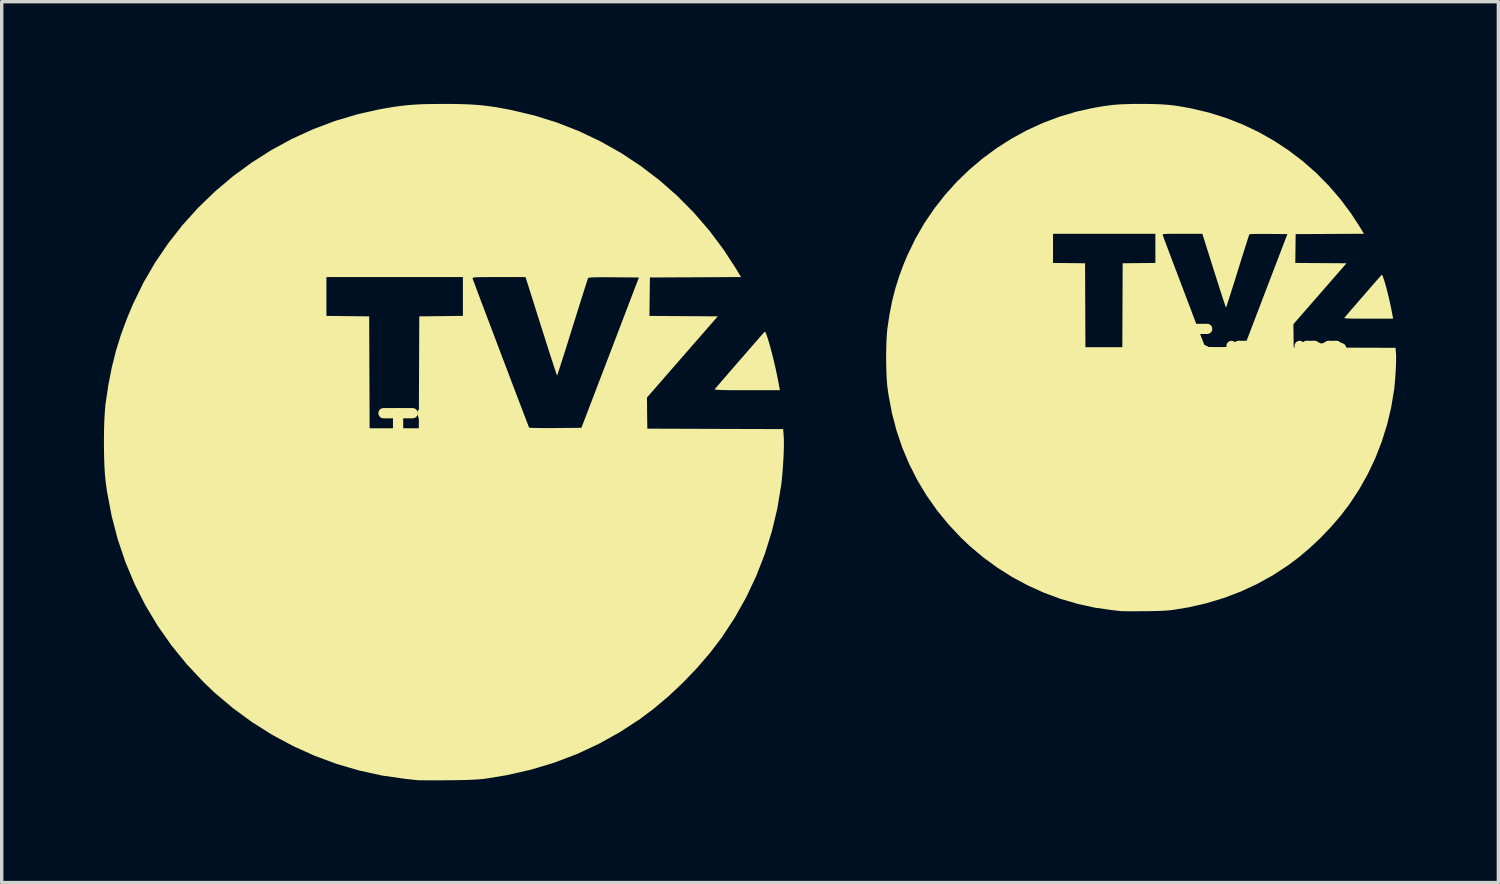
<source format=kicad_pcb>
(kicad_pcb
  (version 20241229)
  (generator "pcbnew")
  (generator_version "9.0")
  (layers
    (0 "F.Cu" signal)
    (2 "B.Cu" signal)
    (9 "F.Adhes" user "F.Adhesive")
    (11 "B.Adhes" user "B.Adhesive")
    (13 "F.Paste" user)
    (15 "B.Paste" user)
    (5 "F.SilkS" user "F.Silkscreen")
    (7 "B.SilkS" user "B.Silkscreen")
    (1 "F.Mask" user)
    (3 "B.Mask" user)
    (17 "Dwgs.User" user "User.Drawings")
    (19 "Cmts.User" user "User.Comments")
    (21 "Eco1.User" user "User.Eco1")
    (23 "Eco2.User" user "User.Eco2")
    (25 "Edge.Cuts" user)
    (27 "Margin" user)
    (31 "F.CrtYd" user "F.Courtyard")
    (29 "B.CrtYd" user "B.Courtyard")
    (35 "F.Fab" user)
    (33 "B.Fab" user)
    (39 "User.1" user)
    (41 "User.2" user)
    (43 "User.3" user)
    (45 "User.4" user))
  (footprint "TVZ"
    (layer "F.Cu")
    (at 9.989 9.897)
    (property "Reference" "TVZ" (at 0 0 0) (layer "F.SilkS") (effects (font (size 1.5 1.5) (thickness 0.3))))
    (attr board_only exclude_from_pos_files exclude_from_bom)
    (fp_poly (pts (xy 9.428 -3.19) (xy 9.443 -3.154) (xy 9.493 -3.011) (xy 9.547 -2.828) (xy 9.605 -2.614) (xy 9.664 -2.379) (xy 9.721 -2.133) (xy 9.774 -1.886) (xy 9.82 -1.646) (xy 9.832 -1.578) (xy 9.847 -1.496) (xy 8.883 -1.496) (xy 8.628 -1.496) (xy 8.42 -1.497) (xy 8.255 -1.499) (xy 8.129 -1.502) (xy 8.038 -1.506) (xy 7.979 -1.511) (xy 7.946 -1.517) (xy 7.937 -1.525) (xy 7.938 -1.527) (xy 7.957 -1.551) (xy 8.006 -1.607) (xy 8.079 -1.693) (xy 8.173 -1.802) (xy 8.283 -1.93) (xy 8.406 -2.072) (xy 8.537 -2.223) (xy 8.671 -2.378) (xy 8.806 -2.533) (xy 8.936 -2.683) (xy 9.058 -2.823) (xy 9.167 -2.947) (xy 9.258 -3.052) (xy 9.329 -3.133) (xy 9.374 -3.183) (xy 9.382 -3.192) (xy 9.408 -3.21)) (stroke (width 0) (type solid)) (fill yes) (layer "F.SilkS"))
    (fp_poly (pts (xy 0.296 -9.896) (xy 0.564 -9.89) (xy 0.804 -9.88) (xy 1.025 -9.864) (xy 1.238 -9.841) (xy 1.454 -9.811) (xy 1.684 -9.772) (xy 1.939 -9.724) (xy 1.952 -9.721) (xy 2.635 -9.56) (xy 3.302 -9.352) (xy 3.95 -9.099) (xy 4.577 -8.801) (xy 5.181 -8.461) (xy 5.76 -8.079) (xy 6.312 -7.658) (xy 6.835 -7.199) (xy 7.325 -6.704) (xy 7.782 -6.174) (xy 8.203 -5.61) (xy 8.526 -5.114) (xy 8.707 -4.817) (xy 7.37 -4.81) (xy 6.033 -4.804) (xy 6.026 -4.24) (xy 6.019 -3.676) (xy 7.022 -3.67) (xy 8.024 -3.663) (xy 6.985 -2.472) (xy 5.946 -1.28) (xy 5.951 -0.824) (xy 5.957 -0.368) (xy 7.95 -0.361) (xy 9.943 -0.355) (xy 9.96 -0.133) (xy 9.965 -0.01) (xy 9.964 0.152) (xy 9.959 0.343) (xy 9.949 0.552) (xy 9.935 0.769) (xy 9.918 0.982) (xy 9.898 1.181) (xy 9.885 1.292) (xy 9.772 1.975) (xy 9.611 2.65) (xy 9.404 3.312) (xy 9.152 3.959) (xy 8.856 4.585) (xy 8.519 5.186) (xy 8.142 5.758) (xy 8.136 5.767) (xy 7.796 6.213) (xy 7.417 6.654) (xy 7.008 7.081) (xy 6.58 7.484) (xy 6.14 7.854) (xy 5.742 8.153) (xy 5.146 8.541) (xy 4.528 8.884) (xy 3.888 9.182) (xy 3.225 9.434) (xy 2.54 9.64) (xy 1.832 9.801) (xy 1.229 9.9) (xy 1.103 9.915) (xy 0.958 9.927) (xy 0.787 9.936) (xy 0.583 9.943) (xy 0.341 9.948) (xy 0.101 9.95) (xy -0.101 9.952) (xy -0.29 9.952) (xy -0.46 9.952) (xy -0.603 9.951) (xy -0.712 9.95) (xy -0.781 9.948) (xy -0.799 9.947) (xy -0.862 9.94) (xy -0.96 9.929) (xy -1.076 9.917) (xy -1.141 9.91) (xy -1.824 9.812) (xy -2.499 9.664) (xy -3.163 9.47) (xy -3.812 9.229) (xy -4.444 8.943) (xy -5.055 8.615) (xy -5.643 8.244) (xy -6.204 7.833) (xy -6.736 7.384) (xy -7.062 7.074) (xy -7.555 6.549) (xy -8.004 5.997) (xy -8.409 5.421) (xy -8.77 4.82) (xy -9.087 4.195) (xy -9.358 3.548) (xy -9.584 2.88) (xy -9.764 2.19) (xy -9.898 1.481) (xy -9.941 1.166) (xy -9.96 0.977) (xy -9.974 0.75) (xy -9.983 0.494) (xy -9.988 0.221) (xy -9.989 -0.059) (xy -9.986 -0.335) (xy -9.978 -0.597) (xy -9.965 -0.834) (xy -9.949 -1.035) (xy -9.941 -1.103) (xy -9.859 -1.652) (xy -9.758 -2.166) (xy -9.635 -2.657) (xy -9.486 -3.136) (xy -9.307 -3.617) (xy -9.136 -4.024) (xy -9.027 -4.246) (xy -3.46 -4.246) (xy -3.46 -3.677) (xy -2.833 -3.67) (xy -2.205 -3.663) (xy -2.199 -2.022) (xy -2.192 -0.38) (xy -1.47 -0.38) (xy -0.748 -0.38) (xy -0.742 -2.022) (xy -0.735 -3.663) (xy -0.095 -3.67) (xy 0.545 -3.677) (xy 0.545 -4.246) (xy 0.545 -4.784) (xy 0.829 -4.784) (xy 0.83 -4.772) (xy 0.841 -4.742) (xy 0.868 -4.668) (xy 0.91 -4.556) (xy 0.965 -4.409) (xy 1.032 -4.231) (xy 1.109 -4.026) (xy 1.195 -3.799) (xy 1.288 -3.553) (xy 1.387 -3.293) (xy 1.489 -3.022) (xy 1.594 -2.745) (xy 1.7 -2.465) (xy 1.806 -2.187) (xy 1.909 -1.916) (xy 2.008 -1.653) (xy 2.103 -1.405) (xy 2.19 -1.175) (xy 2.27 -0.967) (xy 2.339 -0.785) (xy 2.397 -0.634) (xy 2.442 -0.516) (xy 2.473 -0.437) (xy 2.487 -0.401) (xy 2.488 -0.399) (xy 2.516 -0.394) (xy 2.588 -0.39) (xy 2.697 -0.388) (xy 2.839 -0.386) (xy 3.006 -0.385) (xy 3.192 -0.386) (xy 3.262 -0.386) (xy 4.023 -0.393) (xy 4.867 -2.598) (xy 5.71 -4.804) (xy 4.974 -4.81) (xy 4.723 -4.812) (xy 4.524 -4.811) (xy 4.375 -4.808) (xy 4.275 -4.802) (xy 4.226 -4.794) (xy 4.22 -4.791) (xy 4.21 -4.762) (xy 4.186 -4.69) (xy 4.15 -4.577) (xy 4.103 -4.43) (xy 4.046 -4.251) (xy 3.981 -4.046) (xy 3.91 -3.818) (xy 3.833 -3.572) (xy 3.762 -3.346) (xy 3.682 -3.089) (xy 3.606 -2.846) (xy 3.536 -2.624) (xy 3.472 -2.424) (xy 3.417 -2.253) (xy 3.372 -2.113) (xy 3.338 -2.009) (xy 3.316 -1.946) (xy 3.308 -1.927) (xy 3.298 -1.951) (xy 3.275 -2.018) (xy 3.239 -2.126) (xy 3.192 -2.27) (xy 3.135 -2.445) (xy 3.07 -2.647) (xy 2.997 -2.873) (xy 2.92 -3.118) (xy 2.839 -3.372) (xy 2.383 -4.816) (xy 1.6 -4.816) (xy 1.381 -4.816) (xy 1.206 -4.815) (xy 1.072 -4.814) (xy 0.974 -4.812) (xy 0.905 -4.808) (xy 0.862 -4.802) (xy 0.838 -4.794) (xy 0.829 -4.784) (xy 0.545 -4.784) (xy 0.545 -4.816) (xy -1.458 -4.816) (xy -3.46 -4.816) (xy -3.46 -4.246) (xy -9.027 -4.246) (xy -8.834 -4.644) (xy -8.489 -5.239) (xy -8.103 -5.806) (xy -7.68 -6.346) (xy -7.221 -6.854) (xy -6.728 -7.33) (xy -6.205 -7.772) (xy -5.652 -8.177) (xy -5.074 -8.544) (xy -4.471 -8.872) (xy -3.847 -9.157) (xy -3.204 -9.399) (xy -2.544 -9.595) (xy -1.983 -9.722) (xy -1.723 -9.771) (xy -1.491 -9.81) (xy -1.274 -9.84) (xy -1.063 -9.863) (xy -0.846 -9.879) (xy -0.613 -9.89) (xy -0.352 -9.895) (xy -0.053 -9.897) (xy -0.013 -9.897)) (stroke (width 0) (type solid)) (fill yes) (layer "F.SilkS")))
  (footprint "TVZ-15mm"
    (layer "F.Cu")
    (at 30.446 7.423)
    (property "Reference" "TVZ-15mm" (at 0 0 0) (layer "F.SilkS") (effects (font (size 1.5 1.5) (thickness 0.3))))
    (attr board_only exclude_from_pos_files exclude_from_bom)
    (fp_poly (pts (xy 7.071 -2.393) (xy 7.083 -2.366) (xy 7.12 -2.258) (xy 7.161 -2.121) (xy 7.204 -1.961) (xy 7.248 -1.784) (xy 7.291 -1.6) (xy 7.33 -1.414) (xy 7.365 -1.235) (xy 7.374 -1.183) (xy 7.385 -1.122) (xy 6.662 -1.122) (xy 6.471 -1.122) (xy 6.315 -1.123) (xy 6.191 -1.124) (xy 6.097 -1.126) (xy 6.029 -1.129) (xy 5.984 -1.133) (xy 5.96 -1.138) (xy 5.953 -1.144) (xy 5.954 -1.145) (xy 5.968 -1.163) (xy 6.004 -1.206) (xy 6.059 -1.27) (xy 6.129 -1.351) (xy 6.212 -1.447) (xy 6.304 -1.554) (xy 6.402 -1.667) (xy 6.504 -1.784) (xy 6.605 -1.9) (xy 6.702 -2.012) (xy 6.793 -2.117) (xy 6.875 -2.211) (xy 6.944 -2.289) (xy 6.997 -2.349) (xy 7.031 -2.388) (xy 7.036 -2.394) (xy 7.056 -2.408)) (stroke (width 0) (type solid)) (fill yes) (layer "F.SilkS"))
    (fp_poly (pts (xy 0.222 -7.422) (xy 0.423 -7.418) (xy 0.603 -7.41) (xy 0.769 -7.398) (xy 0.928 -7.381) (xy 1.091 -7.358) (xy 1.263 -7.329) (xy 1.454 -7.293) (xy 1.464 -7.291) (xy 1.976 -7.17) (xy 2.476 -7.014) (xy 2.962 -6.824) (xy 3.433 -6.601) (xy 3.886 -6.345) (xy 4.32 -6.059) (xy 4.734 -5.744) (xy 5.126 -5.4) (xy 5.494 -5.028) (xy 5.837 -4.631) (xy 6.152 -4.208) (xy 6.394 -3.836) (xy 6.53 -3.613) (xy 5.528 -3.608) (xy 4.525 -3.603) (xy 4.52 -3.18) (xy 4.515 -2.757) (xy 5.266 -2.752) (xy 6.018 -2.747) (xy 5.239 -1.854) (xy 4.459 -0.96) (xy 4.464 -0.618) (xy 4.468 -0.276) (xy 5.963 -0.271) (xy 7.457 -0.266) (xy 7.47 -0.1) (xy 7.474 -0.008) (xy 7.473 0.114) (xy 7.469 0.257) (xy 7.461 0.414) (xy 7.451 0.576) (xy 7.438 0.736) (xy 7.424 0.886) (xy 7.414 0.969) (xy 7.329 1.481) (xy 7.209 1.987) (xy 7.053 2.484) (xy 6.864 2.969) (xy 6.642 3.439) (xy 6.389 3.89) (xy 6.107 4.319) (xy 6.102 4.326) (xy 5.847 4.66) (xy 5.562 4.991) (xy 5.256 5.311) (xy 4.935 5.613) (xy 4.605 5.891) (xy 4.306 6.115) (xy 3.86 6.406) (xy 3.396 6.663) (xy 2.916 6.886) (xy 2.419 7.075) (xy 1.905 7.23) (xy 1.374 7.351) (xy 0.922 7.425) (xy 0.827 7.436) (xy 0.718 7.445) (xy 0.59 7.452) (xy 0.437 7.457) (xy 0.256 7.461) (xy 0.076 7.463) (xy -0.076 7.464) (xy -0.217 7.464) (xy -0.345 7.464) (xy -0.452 7.464) (xy -0.534 7.463) (xy -0.586 7.461) (xy -0.599 7.46) (xy -0.647 7.455) (xy -0.72 7.447) (xy -0.807 7.437) (xy -0.856 7.432) (xy -1.368 7.359) (xy -1.874 7.248) (xy -2.372 7.102) (xy -2.859 6.922) (xy -3.333 6.707) (xy -3.791 6.461) (xy -4.232 6.183) (xy -4.653 5.875) (xy -5.052 5.538) (xy -5.297 5.305) (xy -5.666 4.911) (xy -6.003 4.498) (xy -6.307 4.066) (xy -6.577 3.615) (xy -6.815 3.147) (xy -7.019 2.661) (xy -7.188 2.16) (xy -7.323 1.643) (xy -7.423 1.111) (xy -7.456 0.875) (xy -7.47 0.733) (xy -7.48 0.562) (xy -7.487 0.371) (xy -7.491 0.166) (xy -7.492 -0.044) (xy -7.489 -0.251) (xy -7.483 -0.448) (xy -7.474 -0.625) (xy -7.461 -0.776) (xy -7.456 -0.827) (xy -7.394 -1.239) (xy -7.319 -1.625) (xy -7.226 -1.993) (xy -7.114 -2.352) (xy -6.981 -2.713) (xy -6.852 -3.018) (xy -6.77 -3.185) (xy -2.595 -3.185) (xy -2.595 -2.757) (xy -2.125 -2.752) (xy -1.654 -2.747) (xy -1.649 -1.516) (xy -1.644 -0.285) (xy -1.103 -0.285) (xy -0.561 -0.285) (xy -0.556 -1.516) (xy -0.551 -2.747) (xy -0.071 -2.752) (xy 0.409 -2.757) (xy 0.409 -3.185) (xy 0.409 -3.588) (xy 0.622 -3.588) (xy 0.623 -3.579) (xy 0.631 -3.556) (xy 0.651 -3.501) (xy 0.682 -3.417) (xy 0.724 -3.307) (xy 0.774 -3.173) (xy 0.832 -3.02) (xy 0.896 -2.849) (xy 0.966 -2.665) (xy 1.04 -2.47) (xy 1.117 -2.267) (xy 1.196 -2.059) (xy 1.275 -1.849) (xy 1.354 -1.641) (xy 1.432 -1.437) (xy 1.506 -1.24) (xy 1.577 -1.054) (xy 1.643 -0.881) (xy 1.702 -0.725) (xy 1.754 -0.589) (xy 1.798 -0.475) (xy 1.832 -0.387) (xy 1.855 -0.328) (xy 1.866 -0.301) (xy 1.866 -0.299) (xy 1.887 -0.296) (xy 1.941 -0.293) (xy 2.023 -0.291) (xy 2.129 -0.289) (xy 2.254 -0.289) (xy 2.394 -0.289) (xy 2.446 -0.29) (xy 3.018 -0.295) (xy 3.65 -1.949) (xy 4.283 -3.603) (xy 3.73 -3.608) (xy 3.543 -3.609) (xy 3.393 -3.608) (xy 3.281 -3.606) (xy 3.207 -3.602) (xy 3.17 -3.596) (xy 3.165 -3.593) (xy 3.158 -3.572) (xy 3.14 -3.517) (xy 3.112 -3.433) (xy 3.077 -3.322) (xy 3.035 -3.188) (xy 2.986 -3.034) (xy 2.932 -2.863) (xy 2.875 -2.679) (xy 2.822 -2.509) (xy 2.762 -2.316) (xy 2.705 -2.135) (xy 2.652 -1.968) (xy 2.604 -1.818) (xy 2.563 -1.689) (xy 2.529 -1.585) (xy 2.503 -1.507) (xy 2.487 -1.46) (xy 2.481 -1.445) (xy 2.474 -1.463) (xy 2.456 -1.514) (xy 2.429 -1.595) (xy 2.394 -1.702) (xy 2.351 -1.833) (xy 2.302 -1.985) (xy 2.248 -2.155) (xy 2.19 -2.338) (xy 2.129 -2.529) (xy 1.787 -3.612) (xy 1.2 -3.612) (xy 1.035 -3.612) (xy 0.905 -3.612) (xy 0.804 -3.611) (xy 0.73 -3.609) (xy 0.679 -3.606) (xy 0.646 -3.601) (xy 0.629 -3.596) (xy 0.622 -3.588) (xy 0.409 -3.588) (xy 0.409 -3.612) (xy -1.093 -3.612) (xy -2.595 -3.612) (xy -2.595 -3.185) (xy -6.77 -3.185) (xy -6.625 -3.483) (xy -6.366 -3.929) (xy -6.077 -4.355) (xy -5.76 -4.759) (xy -5.415 -5.141) (xy -5.046 -5.498) (xy -4.653 -5.829) (xy -4.239 -6.133) (xy -3.805 -6.408) (xy -3.354 -6.654) (xy -2.886 -6.868) (xy -2.403 -7.049) (xy -1.908 -7.196) (xy -1.488 -7.291) (xy -1.293 -7.328) (xy -1.118 -7.357) (xy -0.956 -7.38) (xy -0.797 -7.398) (xy -0.635 -7.41) (xy -0.46 -7.417) (xy -0.264 -7.422) (xy -0.04 -7.423) (xy -0.01 -7.423)) (stroke (width 0) (type solid)) (fill yes) (layer "F.SilkS")))
  (gr_rect
    (start -3 -3)
    (end 40.92 22.849)
    (stroke (width 0.1) (type default))
    (fill no)
    (layer "Edge.Cuts")))
</source>
